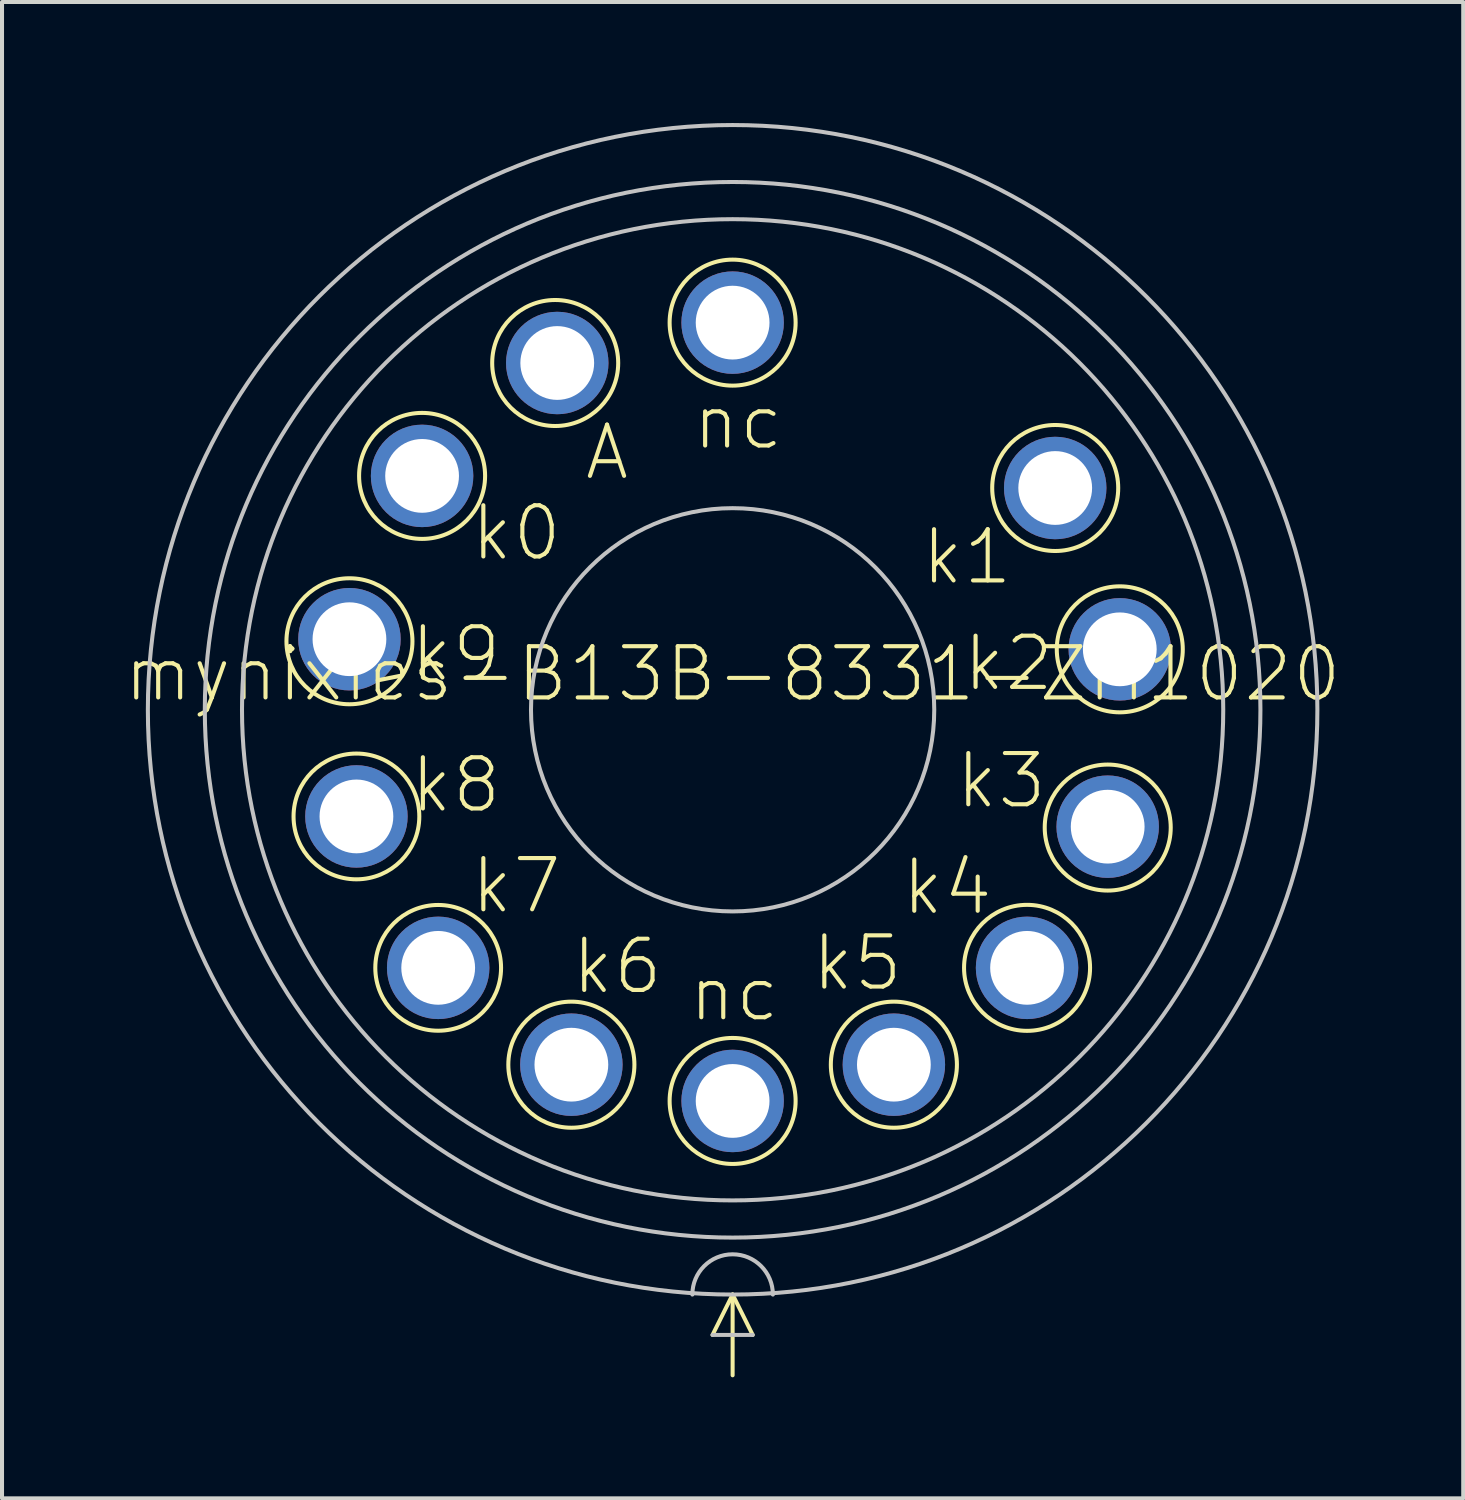
<source format=kicad_pcb>
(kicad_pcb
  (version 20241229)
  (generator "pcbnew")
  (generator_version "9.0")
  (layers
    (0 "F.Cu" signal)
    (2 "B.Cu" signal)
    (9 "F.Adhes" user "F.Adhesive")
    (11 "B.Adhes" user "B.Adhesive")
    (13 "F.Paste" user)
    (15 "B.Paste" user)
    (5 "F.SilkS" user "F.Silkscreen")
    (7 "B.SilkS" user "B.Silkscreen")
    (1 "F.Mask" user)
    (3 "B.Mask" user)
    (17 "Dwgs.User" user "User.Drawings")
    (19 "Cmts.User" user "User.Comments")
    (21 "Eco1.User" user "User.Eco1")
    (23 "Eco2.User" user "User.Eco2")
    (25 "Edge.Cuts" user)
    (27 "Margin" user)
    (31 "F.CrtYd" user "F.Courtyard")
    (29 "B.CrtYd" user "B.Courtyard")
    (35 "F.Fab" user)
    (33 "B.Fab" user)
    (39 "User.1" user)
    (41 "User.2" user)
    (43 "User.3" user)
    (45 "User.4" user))
  (footprint "mynixies-B13B-8331-ZM1020"
    (layer "F.Cu")
    (at 15.114 14.548)
    (property "Reference" "mynixies-B13B-8331-ZM1020" (at 0 -0.889 0) (layer "F.SilkS") (effects (font (size 1.27 1.27) (thickness 0.102))))
    (attr exclude_from_pos_files exclude_from_bom)
    (fp_line (start 0 14.498) (end -0.498 15.499) (stroke (width 0.1) (type solid)) (layer "F.SilkS"))
    (fp_line (start 0 14.498) (end 0 16.5) (stroke (width 0.1) (type solid)) (layer "F.SilkS"))
    (fp_line (start 0.498 15.499) (end 0 14.498) (stroke (width 0.1) (type solid)) (layer "F.SilkS"))
    (fp_circle (center -9.5 -1.699) (end -9.5 -3.261) (stroke (width 0.1) (type solid)) (fill no) (layer "F.SilkS"))
    (fp_circle (center -9.327 2.644) (end -9.327 1.085) (stroke (width 0.1) (type solid)) (fill no) (layer "F.SilkS"))
    (fp_circle (center -7.699 -5.799) (end -7.699 -7.361) (stroke (width 0.1) (type solid)) (fill no) (layer "F.SilkS"))
    (fp_circle (center -7.3 6.398) (end -7.3 4.839) (stroke (width 0.1) (type solid)) (fill no) (layer "F.SilkS"))
    (fp_circle (center -4.399 -8.598) (end -4.399 -10.16) (stroke (width 0.1) (type solid)) (fill no) (layer "F.SilkS"))
    (fp_circle (center -3.998 8.799) (end -3.998 7.236) (stroke (width 0.1) (type solid)) (fill no) (layer "F.SilkS"))
    (fp_circle (center 0 -9.599) (end 0 -11.161) (stroke (width 0.1) (type solid)) (fill no) (layer "F.SilkS"))
    (fp_circle (center 0 9.698) (end 0 8.136) (stroke (width 0.1) (type solid)) (fill no) (layer "F.SilkS"))
    (fp_circle (center 3.998 8.799) (end 3.998 7.236) (stroke (width 0.1) (type solid)) (fill no) (layer "F.SilkS"))
    (fp_circle (center 7.3 6.398) (end 7.3 4.836) (stroke (width 0.1) (type solid)) (fill no) (layer "F.SilkS"))
    (fp_circle (center 7.998 -5.499) (end 7.998 -7.061) (stroke (width 0.1) (type solid)) (fill no) (layer "F.SilkS"))
    (fp_circle (center 9.3 2.92) (end 9.3 1.358) (stroke (width 0.1) (type solid)) (fill no) (layer "F.SilkS"))
    (fp_circle (center 9.599 -1.499) (end 9.599 -3.061) (stroke (width 0.1) (type solid)) (fill no) (layer "F.SilkS"))
    (fp_line (start -0.498 15.499) (end 0.498 15.499) (stroke (width 0.1) (type solid)) (layer "Dwgs.User"))
    (fp_arc (start -0.99822 14.49832) (mid 0 13.5001) (end 0.99822 14.49832) (stroke (width 0.1) (type solid)) (layer "Dwgs.User"))
    (fp_circle (center 0 0) (end 0 -14.498) (stroke (width 0.1) (type solid)) (fill no) (layer "Dwgs.User"))
    (fp_circle (center 0 0) (end 0 -13.086) (stroke (width 0.1) (type solid)) (fill no) (layer "Dwgs.User"))
    (fp_circle (center 0 0) (end 0 -12.164) (stroke (width 0.1) (type solid)) (fill no) (layer "Dwgs.User"))
    (fp_circle (center 0 0) (end 0 -4.999) (stroke (width 0.1) (type solid)) (fill no) (layer "Dwgs.User"))
    (fp_text user "k1" (at 5.81 -3.79 0) (layer "F.SilkS") (effects (font (size 1.27 1.27) (thickness 0.102))))
    (fp_text user "k3" (at 6.66 1.76 0) (layer "F.SilkS") (effects (font (size 1.27 1.27) (thickness 0.102))))
    (fp_text user "nc" (at 0.04 7.04 0) (layer "F.SilkS") (effects (font (size 1.27 1.27) (thickness 0.102))))
    (fp_text user "k4" (at 5.32 4.4 0) (layer "F.SilkS") (effects (font (size 1.27 1.27) (thickness 0.102))))
    (fp_text user "k5" (at 3.09 6.28 0) (layer "F.SilkS") (effects (font (size 1.27 1.27) (thickness 0.102))))
    (fp_text user "k6" (at -2.863 6.363 0) (layer "F.SilkS") (effects (font (size 1.27 1.27) (thickness 0.102))))
    (fp_text user "k2" (at 6.84 -1.15 0) (layer "F.SilkS") (effects (font (size 1.27 1.27) (thickness 0.102))))
    (fp_text user "k8" (at -6.863 1.864 0) (layer "F.SilkS") (effects (font (size 1.27 1.27) (thickness 0.102))))
    (fp_text user "A" (at -3.114 -6.383 0) (layer "F.SilkS") (effects (font (size 1.27 1.27) (thickness 0.102))))
    (fp_text user "k0" (at -5.364 -4.384 0) (layer "F.SilkS") (effects (font (size 1.27 1.27) (thickness 0.102))))
    (fp_text user "k7" (at -5.364 4.364 0) (layer "F.SilkS") (effects (font (size 1.27 1.27) (thickness 0.102))))
    (fp_text user "nc" (at 0.135 -7.135 0) (layer "F.SilkS") (effects (font (size 1.27 1.27) (thickness 0.102))))
    (fp_text user "k9" (at -6.863 -1.384 0) (layer "F.SilkS") (effects (font (size 1.27 1.27) (thickness 0.102))))
    (pad "1" thru_hole circle (at 0 -9.599) (size 2.54 2.54) (drill 1.829) (layers "*.Cu" "*.Mask"))
    (pad "2" thru_hole circle (at -4.348 -8.598) (size 2.54 2.54) (drill 1.829) (layers "*.Cu" "*.Mask"))
    (pad "3" thru_hole circle (at -7.699 -5.799) (size 2.54 2.54) (drill 1.829) (layers "*.Cu" "*.Mask"))
    (pad "4" thru_hole circle (at -9.5 -1.75) (size 2.54 2.54) (drill 1.829) (layers "*.Cu" "*.Mask"))
    (pad "5" thru_hole circle (at -9.327 2.644) (size 2.54 2.54) (drill 1.829) (layers "*.Cu" "*.Mask"))
    (pad "6" thru_hole circle (at -7.3 6.398) (size 2.54 2.54) (drill 1.829) (layers "*.Cu" "*.Mask"))
    (pad "7" thru_hole circle (at -3.998 8.799) (size 2.54 2.54) (drill 1.829) (layers "*.Cu" "*.Mask"))
    (pad "8" thru_hole circle (at 0 9.698) (size 2.54 2.54) (drill 1.829) (layers "*.Cu" "*.Mask"))
    (pad "9" thru_hole circle (at 3.998 8.799) (size 2.54 2.54) (drill 1.829) (layers "*.Cu" "*.Mask"))
    (pad "10" thru_hole circle (at 7.3 6.398) (size 2.54 2.54) (drill 1.829) (layers "*.Cu" "*.Mask"))
    (pad "11" thru_hole circle (at 9.299 2.898) (size 2.54 2.54) (drill 1.829) (layers "*.Cu" "*.Mask"))
    (pad "12" thru_hole circle (at 9.599 -1.499) (size 2.54 2.54) (drill 1.829) (layers "*.Cu" "*.Mask"))
    (pad "13" thru_hole circle (at 7.998 -5.499) (size 2.54 2.54) (drill 1.829) (layers "*.Cu" "*.Mask")))
  (gr_rect
    (start -3 -3)
    (end 33.228 34.098)
    (stroke (width 0.1) (type default))
    (fill no)
    (layer "Edge.Cuts")))
</source>
